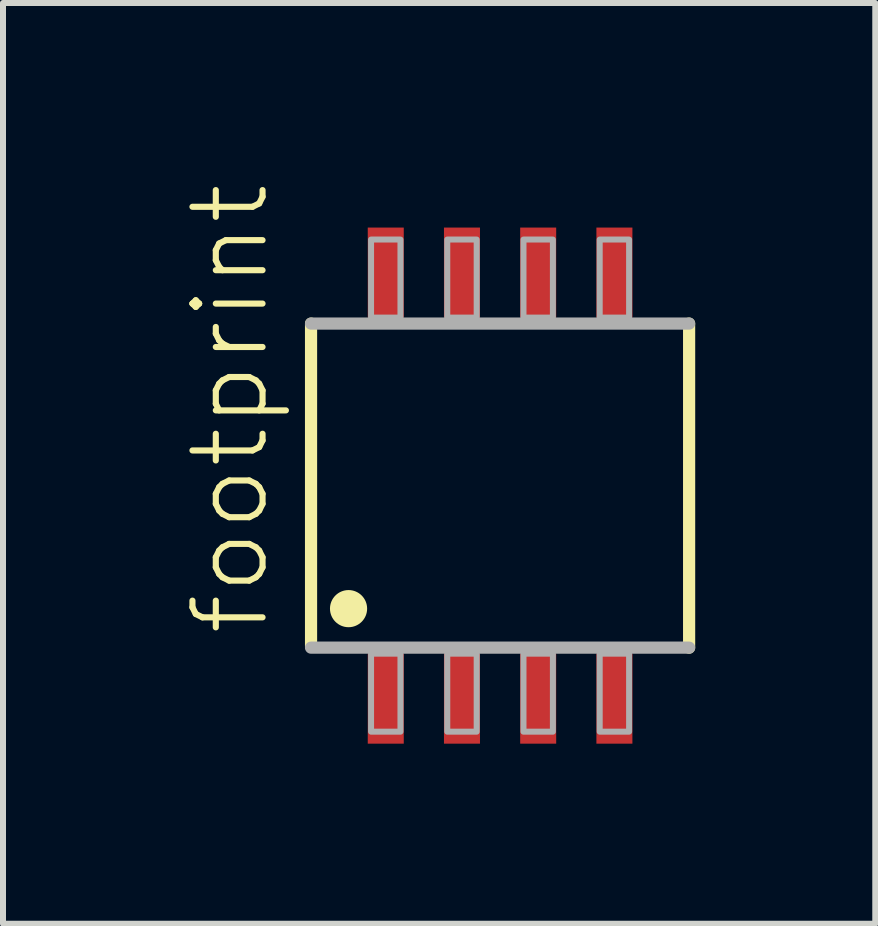
<source format=kicad_pcb>
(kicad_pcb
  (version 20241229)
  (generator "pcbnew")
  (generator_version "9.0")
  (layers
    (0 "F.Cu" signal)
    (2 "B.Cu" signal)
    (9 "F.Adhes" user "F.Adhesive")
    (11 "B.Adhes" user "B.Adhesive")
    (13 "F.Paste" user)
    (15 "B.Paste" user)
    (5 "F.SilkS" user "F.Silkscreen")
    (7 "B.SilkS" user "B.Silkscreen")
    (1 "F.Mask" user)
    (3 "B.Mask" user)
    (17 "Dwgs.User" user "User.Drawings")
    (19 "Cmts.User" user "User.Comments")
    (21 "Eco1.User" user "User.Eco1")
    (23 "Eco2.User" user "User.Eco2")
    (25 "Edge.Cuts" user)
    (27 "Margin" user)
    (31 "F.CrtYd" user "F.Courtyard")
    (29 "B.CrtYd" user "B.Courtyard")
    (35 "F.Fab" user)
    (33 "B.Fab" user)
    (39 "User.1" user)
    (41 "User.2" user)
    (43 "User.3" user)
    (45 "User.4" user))
  (footprint "footprint"
    (layer "F.Cu")
    (at 5.283 5.042)
    (property "Reference" "footprint" (at -3.81 2.54 90) (layer "F.SilkS") (effects (font (size 1.168 1.168) (thickness 0.102)) (justify left bottom)))
    (fp_line (start -3.15 2.675) (end -3.15 -2.7) (stroke (width 0.203) (type solid)) (layer "F.SilkS"))
    (fp_line (start 3.15 -2.7) (end 3.15 2.7) (stroke (width 0.203) (type solid)) (layer "F.SilkS"))
    (fp_circle (center -2.525 2.05) (end -2.37 2.05) (stroke (width 0.309) (type solid)) (fill yes) (layer "F.SilkS"))
    (fp_line (start -3.15 -2.7) (end 3.15 -2.7) (stroke (width 0.203) (type solid)) (layer "F.Fab"))
    (fp_line (start 3.15 2.7) (end -3.15 2.7) (stroke (width 0.203) (type solid)) (layer "F.Fab"))
    (fp_poly (pts (xy -2.15 -2.8) (xy -1.66 -2.8) (xy -1.66 -4.1) (xy -2.15 -4.1)) (stroke (width 0.1) (type solid)) (fill no) (layer "F.Fab"))
    (fp_poly (pts (xy -2.15 4.1) (xy -1.66 4.1) (xy -1.66 2.8) (xy -2.15 2.8)) (stroke (width 0.1) (type solid)) (fill no) (layer "F.Fab"))
    (fp_poly (pts (xy -0.88 -2.8) (xy -0.39 -2.8) (xy -0.39 -4.1) (xy -0.88 -4.1)) (stroke (width 0.1) (type solid)) (fill no) (layer "F.Fab"))
    (fp_poly (pts (xy -0.88 4.1) (xy -0.39 4.1) (xy -0.39 2.8) (xy -0.88 2.8)) (stroke (width 0.1) (type solid)) (fill no) (layer "F.Fab"))
    (fp_poly (pts (xy 0.39 -2.8) (xy 0.88 -2.8) (xy 0.88 -4.1) (xy 0.39 -4.1)) (stroke (width 0.1) (type solid)) (fill no) (layer "F.Fab"))
    (fp_poly (pts (xy 0.39 4.1) (xy 0.88 4.1) (xy 0.88 2.8) (xy 0.39 2.8)) (stroke (width 0.1) (type solid)) (fill no) (layer "F.Fab"))
    (fp_poly (pts (xy 1.66 -2.8) (xy 2.15 -2.8) (xy 2.15 -4.1) (xy 1.66 -4.1)) (stroke (width 0.1) (type solid)) (fill no) (layer "F.Fab"))
    (fp_poly (pts (xy 1.66 4.1) (xy 2.15 4.1) (xy 2.15 2.8) (xy 1.66 2.8)) (stroke (width 0.1) (type solid)) (fill no) (layer "F.Fab"))
    (pad "1" smd rect (at -1.905 3.55) (size 0.6 1.5) (layers "F.Cu" "F.Mask" "F.Paste"))
    (pad "2" smd rect (at -0.635 3.55) (size 0.6 1.5) (layers "F.Cu" "F.Mask" "F.Paste"))
    (pad "3" smd rect (at 0.635 3.55) (size 0.6 1.5) (layers "F.Cu" "F.Mask" "F.Paste"))
    (pad "4" smd rect (at 1.905 3.55) (size 0.6 1.5) (layers "F.Cu" "F.Mask" "F.Paste"))
    (pad "5" smd rect (at 1.905 -3.55) (size 0.6 1.5) (layers "F.Cu" "F.Mask" "F.Paste"))
    (pad "6" smd rect (at 0.635 -3.55) (size 0.6 1.5) (layers "F.Cu" "F.Mask" "F.Paste"))
    (pad "7" smd rect (at -0.635 -3.55) (size 0.6 1.5) (layers "F.Cu" "F.Mask" "F.Paste"))
    (pad "8" smd rect (at -1.905 -3.55) (size 0.6 1.5) (layers "F.Cu" "F.Mask" "F.Paste")))
  (gr_rect
    (start -3 -3)
    (end 11.535 12.342)
    (stroke (width 0.1) (type default))
    (fill no)
    (layer "Edge.Cuts")))
</source>
